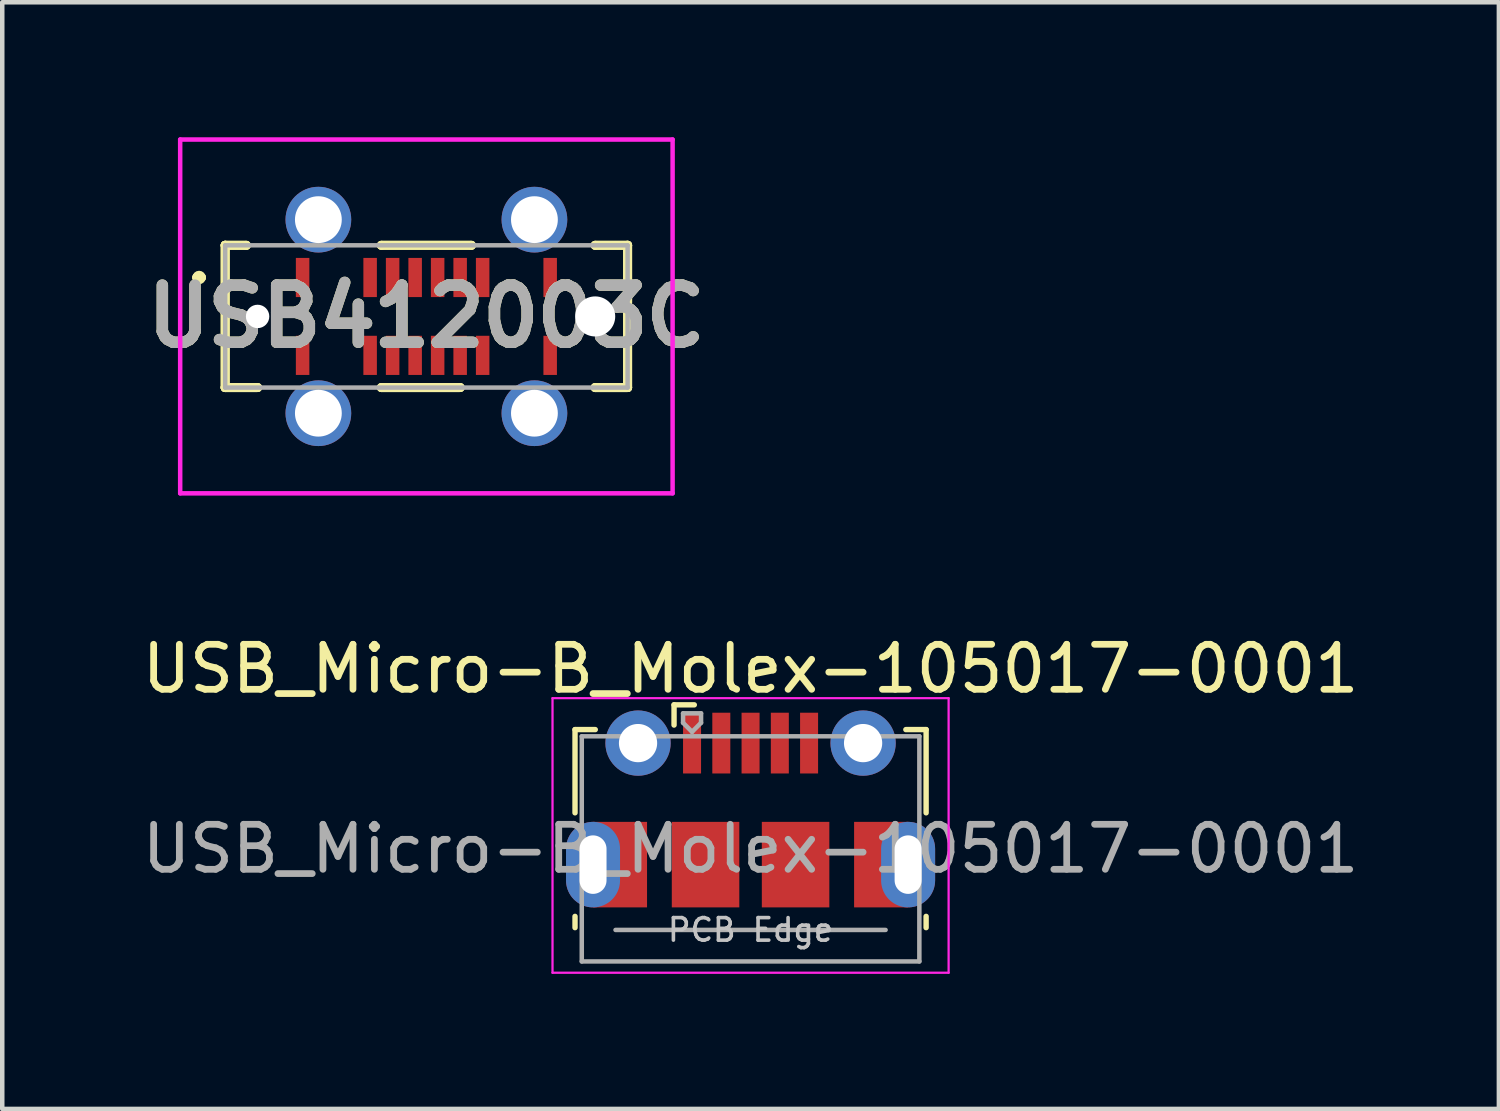
<source format=kicad_pcb>
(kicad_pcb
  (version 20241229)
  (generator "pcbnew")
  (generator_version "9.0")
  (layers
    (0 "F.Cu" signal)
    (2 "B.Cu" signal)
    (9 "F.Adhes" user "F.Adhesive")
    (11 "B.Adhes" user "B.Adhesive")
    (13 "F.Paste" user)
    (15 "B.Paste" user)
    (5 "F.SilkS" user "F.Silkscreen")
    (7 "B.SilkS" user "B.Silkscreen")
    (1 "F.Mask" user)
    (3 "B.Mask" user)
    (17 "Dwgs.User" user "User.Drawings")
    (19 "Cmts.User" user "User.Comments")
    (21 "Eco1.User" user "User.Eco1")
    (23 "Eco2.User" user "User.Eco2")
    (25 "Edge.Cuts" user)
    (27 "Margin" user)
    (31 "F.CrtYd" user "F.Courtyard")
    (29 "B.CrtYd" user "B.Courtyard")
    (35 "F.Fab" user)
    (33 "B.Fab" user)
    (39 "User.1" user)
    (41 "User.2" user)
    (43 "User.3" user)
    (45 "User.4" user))
  (footprint "USB412003C"
    (layer "F.Cu")
    (at 6.423 3.98)
    (property "Reference" "USB412003C" (at 0 0 0) (layer "F.SilkS") (effects (font (size 1.27 1.27) (thickness 0.254))))
    (attr through_hole)
    (fp_line (start -5.1 -0.865) (end -5.1 -0.865) (stroke (width 0.2) (type solid)) (layer "F.SilkS"))
    (fp_line (start -5.1 -0.865) (end -5 -0.865) (stroke (width 0.2) (type solid)) (layer "F.SilkS"))
    (fp_line (start -5 -0.865) (end -5 -0.865) (stroke (width 0.2) (type solid)) (layer "F.SilkS"))
    (fp_line (start -4.47 -1.58) (end -4.47 -1.58) (stroke (width 0.2) (type solid)) (layer "F.SilkS"))
    (fp_line (start -4.47 -1.58) (end -4.47 -1.58) (stroke (width 0.2) (type solid)) (layer "F.SilkS"))
    (fp_line (start -4.47 -1.58) (end -4.47 1.58) (stroke (width 0.2) (type solid)) (layer "F.SilkS"))
    (fp_line (start -4.47 -1.58) (end -4 -1.58) (stroke (width 0.2) (type solid)) (layer "F.SilkS"))
    (fp_line (start -4.47 1.58) (end -4.47 -1.58) (stroke (width 0.2) (type solid)) (layer "F.SilkS"))
    (fp_line (start -4.47 1.58) (end -4.47 1.58) (stroke (width 0.2) (type solid)) (layer "F.SilkS"))
    (fp_line (start -4.47 1.58) (end -4.47 1.58) (stroke (width 0.2) (type solid)) (layer "F.SilkS"))
    (fp_line (start -4.47 1.58) (end -3.75 1.58) (stroke (width 0.2) (type solid)) (layer "F.SilkS"))
    (fp_line (start -4 -1.58) (end -4.47 -1.58) (stroke (width 0.2) (type solid)) (layer "F.SilkS"))
    (fp_line (start -4 -1.58) (end -4 -1.58) (stroke (width 0.2) (type solid)) (layer "F.SilkS"))
    (fp_line (start -3.75 1.58) (end -4.47 1.58) (stroke (width 0.2) (type solid)) (layer "F.SilkS"))
    (fp_line (start -3.75 1.58) (end -3.75 1.58) (stroke (width 0.2) (type solid)) (layer "F.SilkS"))
    (fp_line (start -1 -1.58) (end -1 -1.58) (stroke (width 0.2) (type solid)) (layer "F.SilkS"))
    (fp_line (start -1 -1.58) (end 1 -1.58) (stroke (width 0.2) (type solid)) (layer "F.SilkS"))
    (fp_line (start -1 1.58) (end -1 1.58) (stroke (width 0.2) (type solid)) (layer "F.SilkS"))
    (fp_line (start -1 1.58) (end 0.75 1.58) (stroke (width 0.2) (type solid)) (layer "F.SilkS"))
    (fp_line (start 0.75 1.58) (end -1 1.58) (stroke (width 0.2) (type solid)) (layer "F.SilkS"))
    (fp_line (start 0.75 1.58) (end 0.75 1.58) (stroke (width 0.2) (type solid)) (layer "F.SilkS"))
    (fp_line (start 1 -1.58) (end -1 -1.58) (stroke (width 0.2) (type solid)) (layer "F.SilkS"))
    (fp_line (start 1 -1.58) (end 1 -1.58) (stroke (width 0.2) (type solid)) (layer "F.SilkS"))
    (fp_line (start 3.75 -1.58) (end 3.75 -1.58) (stroke (width 0.2) (type solid)) (layer "F.SilkS"))
    (fp_line (start 3.75 -1.58) (end 4.47 -1.58) (stroke (width 0.2) (type solid)) (layer "F.SilkS"))
    (fp_line (start 3.75 1.58) (end 3.75 1.58) (stroke (width 0.2) (type solid)) (layer "F.SilkS"))
    (fp_line (start 3.75 1.58) (end 4.47 1.58) (stroke (width 0.2) (type solid)) (layer "F.SilkS"))
    (fp_line (start 4.47 -1.58) (end 3.75 -1.58) (stroke (width 0.2) (type solid)) (layer "F.SilkS"))
    (fp_line (start 4.47 -1.58) (end 4.47 -1.58) (stroke (width 0.2) (type solid)) (layer "F.SilkS"))
    (fp_line (start 4.47 -1.58) (end 4.47 -1.58) (stroke (width 0.2) (type solid)) (layer "F.SilkS"))
    (fp_line (start 4.47 -1.58) (end 4.47 1.58) (stroke (width 0.2) (type solid)) (layer "F.SilkS"))
    (fp_line (start 4.47 1.58) (end 3.75 1.58) (stroke (width 0.2) (type solid)) (layer "F.SilkS"))
    (fp_line (start 4.47 1.58) (end 4.47 -1.58) (stroke (width 0.2) (type solid)) (layer "F.SilkS"))
    (fp_line (start 4.47 1.58) (end 4.47 1.58) (stroke (width 0.2) (type solid)) (layer "F.SilkS"))
    (fp_line (start 4.47 1.58) (end 4.47 1.58) (stroke (width 0.2) (type solid)) (layer "F.SilkS"))
    (fp_arc (start -5.1 -0.865) (mid -5.05 -0.915) (end -5 -0.865) (stroke (width 0.2) (type solid)) (layer "F.SilkS"))
    (fp_arc (start -5 -0.865) (mid -5.05 -0.815) (end -5.1 -0.865) (stroke (width 0.2) (type solid)) (layer "F.SilkS"))
    (fp_line (start -5.47 -3.93) (end 5.47 -3.93) (stroke (width 0.1) (type solid)) (layer "F.CrtYd"))
    (fp_line (start -5.47 3.93) (end -5.47 -3.93) (stroke (width 0.1) (type solid)) (layer "F.CrtYd"))
    (fp_line (start 5.47 -3.93) (end 5.47 3.93) (stroke (width 0.1) (type solid)) (layer "F.CrtYd"))
    (fp_line (start 5.47 3.93) (end -5.47 3.93) (stroke (width 0.1) (type solid)) (layer "F.CrtYd"))
    (fp_line (start -4.47 -1.58) (end -4.47 1.58) (stroke (width 0.1) (type solid)) (layer "F.Fab"))
    (fp_line (start -4.47 1.58) (end 4.47 1.58) (stroke (width 0.1) (type solid)) (layer "F.Fab"))
    (fp_line (start 4.47 -1.58) (end -4.47 -1.58) (stroke (width 0.1) (type solid)) (layer "F.Fab"))
    (fp_line (start 4.47 1.58) (end 4.47 -1.58) (stroke (width 0.1) (type solid)) (layer "F.Fab"))
    (fp_text user "${REFERENCE}" (at 0 0 0) (layer "F.Fab") (effects (font (size 1.27 1.27) (thickness 0.254))))
    (pad "" np_thru_hole circle (at -3.75 0) (size 0.52 0.52) (drill 0.52) (layers "*.Cu" "*.Mask"))
    (pad "" np_thru_hole circle (at 3.75 0) (size 0.89 0.89) (drill 0.89) (layers "*.Cu" "*.Mask"))
    (pad "A1" smd rect (at -2.75 -0.865) (size 0.3 0.87) (layers "F.Cu" "F.Mask" "F.Paste"))
    (pad "A4" smd rect (at -1.25 -0.865) (size 0.3 0.87) (layers "F.Cu" "F.Mask" "F.Paste"))
    (pad "A5" smd rect (at -0.75 -0.865) (size 0.3 0.87) (layers "F.Cu" "F.Mask" "F.Paste"))
    (pad "A6" smd rect (at -0.25 -0.865) (size 0.3 0.87) (layers "F.Cu" "F.Mask" "F.Paste"))
    (pad "A7" smd rect (at 0.25 -0.865) (size 0.3 0.87) (layers "F.Cu" "F.Mask" "F.Paste"))
    (pad "A8" smd rect (at 0.75 -0.865) (size 0.3 0.87) (layers "F.Cu" "F.Mask" "F.Paste"))
    (pad "A9" smd rect (at 1.25 -0.865) (size 0.3 0.87) (layers "F.Cu" "F.Mask" "F.Paste"))
    (pad "A12" smd rect (at 2.75 -0.865) (size 0.3 0.87) (layers "F.Cu" "F.Mask" "F.Paste"))
    (pad "B1" smd rect (at 2.75 0.865) (size 0.3 0.87) (layers "F.Cu" "F.Mask" "F.Paste"))
    (pad "B4" smd rect (at 1.25 0.865) (size 0.3 0.87) (layers "F.Cu" "F.Mask" "F.Paste"))
    (pad "B5" smd rect (at 0.75 0.865) (size 0.3 0.87) (layers "F.Cu" "F.Mask" "F.Paste"))
    (pad "B6" smd rect (at 0.25 0.865) (size 0.3 0.87) (layers "F.Cu" "F.Mask" "F.Paste"))
    (pad "B7" smd rect (at -0.25 0.865) (size 0.3 0.87) (layers "F.Cu" "F.Mask" "F.Paste"))
    (pad "B8" smd rect (at -0.75 0.865) (size 0.3 0.87) (layers "F.Cu" "F.Mask" "F.Paste"))
    (pad "B9" smd rect (at -1.25 0.865) (size 0.3 0.87) (layers "F.Cu" "F.Mask" "F.Paste"))
    (pad "B12" smd rect (at -2.75 0.865) (size 0.3 0.87) (layers "F.Cu" "F.Mask" "F.Paste"))
    (pad "MH1" thru_hole circle (at -2.4 -2.15) (size 1.46 1.46) (drill 1.04) (layers "*.Cu" "*.Mask"))
    (pad "MH2" thru_hole circle (at 2.4 -2.15) (size 1.46 1.46) (drill 1.04) (layers "*.Cu" "*.Mask"))
    (pad "MH3" thru_hole circle (at 2.4 2.15) (size 1.46 1.46) (drill 1.04) (layers "*.Cu" "*.Mask"))
    (pad "MH4" thru_hole circle (at -2.4 2.15) (size 1.46 1.46) (drill 1.04) (layers "*.Cu" "*.Mask")))
  (footprint "USB_Micro-B_Molex-105017-0001"
    (layer "F.Cu")
    (at 13.625 14.921)
    (property "Reference" "USB_Micro-B_Molex-105017-0001" (at 0 -3.112 0) (layer "F.SilkS") (effects (font (size 1 1) (thickness 0.15))))
    (attr smd)
    (fp_line (start -3.9 -1.762) (end -3.45 -1.762) (stroke (width 0.12) (type solid)) (layer "F.SilkS"))
    (fp_line (start -3.9 0.087) (end -3.9 -1.762) (stroke (width 0.12) (type solid)) (layer "F.SilkS"))
    (fp_line (start -3.9 2.638) (end -3.9 2.388) (stroke (width 0.12) (type solid)) (layer "F.SilkS"))
    (fp_line (start -1.7 -2.312) (end -1.7 -1.863) (stroke (width 0.12) (type solid)) (layer "F.SilkS"))
    (fp_line (start -1.7 -2.312) (end -1.25 -2.312) (stroke (width 0.12) (type solid)) (layer "F.SilkS"))
    (fp_line (start 3.9 -1.762) (end 3.45 -1.762) (stroke (width 0.12) (type solid)) (layer "F.SilkS"))
    (fp_line (start 3.9 0.087) (end 3.9 -1.762) (stroke (width 0.12) (type solid)) (layer "F.SilkS"))
    (fp_line (start 3.9 2.638) (end 3.9 2.388) (stroke (width 0.12) (type solid)) (layer "F.SilkS"))
    (fp_line (start -4.4 -2.46) (end 4.4 -2.46) (stroke (width 0.05) (type solid)) (layer "F.CrtYd"))
    (fp_line (start -4.4 3.64) (end -4.4 -2.46) (stroke (width 0.05) (type solid)) (layer "F.CrtYd"))
    (fp_line (start -4.4 3.64) (end 4.4 3.64) (stroke (width 0.05) (type solid)) (layer "F.CrtYd"))
    (fp_line (start 4.4 -2.46) (end 4.4 3.64) (stroke (width 0.05) (type solid)) (layer "F.CrtYd"))
    (fp_line (start -3.75 -1.613) (end 3.75 -1.613) (stroke (width 0.1) (type solid)) (layer "F.Fab"))
    (fp_line (start -3.75 3.388) (end -3.75 -1.613) (stroke (width 0.1) (type solid)) (layer "F.Fab"))
    (fp_line (start -3.75 3.389) (end 3.75 3.389) (stroke (width 0.1) (type solid)) (layer "F.Fab"))
    (fp_line (start -3 2.689) (end 3 2.689) (stroke (width 0.1) (type solid)) (layer "F.Fab"))
    (fp_line (start -1.5 -2.123) (end -1.5 -1.913) (stroke (width 0.1) (type solid)) (layer "F.Fab"))
    (fp_line (start -1.5 -2.123) (end -1.1 -2.123) (stroke (width 0.1) (type solid)) (layer "F.Fab"))
    (fp_line (start -1.3 -1.712) (end -1.5 -1.913) (stroke (width 0.1) (type solid)) (layer "F.Fab"))
    (fp_line (start -1.1 -2.123) (end -1.1 -1.913) (stroke (width 0.1) (type solid)) (layer "F.Fab"))
    (fp_line (start -1.1 -1.913) (end -1.3 -1.712) (stroke (width 0.1) (type solid)) (layer "F.Fab"))
    (fp_line (start 3.75 3.388) (end 3.75 -1.613) (stroke (width 0.1) (type solid)) (layer "F.Fab"))
    (fp_text user "PCB Edge" (at 0 2.688 0) (layer "Dwgs.User") (effects (font (size 0.5 0.5) (thickness 0.08))))
    (fp_text user "${REFERENCE}" (at 0 0.887 0) (layer "F.Fab") (effects (font (size 1 1) (thickness 0.15))))
    (pad "1" smd rect (at -1.3 -1.462) (size 0.4 1.35) (layers "F.Cu" "F.Mask" "F.Paste"))
    (pad "2" smd rect (at -0.65 -1.462) (size 0.4 1.35) (layers "F.Cu" "F.Mask" "F.Paste"))
    (pad "3" smd rect (at 0 -1.462) (size 0.4 1.35) (layers "F.Cu" "F.Mask" "F.Paste"))
    (pad "4" smd rect (at 0.65 -1.462) (size 0.4 1.35) (layers "F.Cu" "F.Mask" "F.Paste"))
    (pad "5" smd rect (at 1.3 -1.462) (size 0.4 1.35) (layers "F.Cu" "F.Mask" "F.Paste"))
    (pad "6" thru_hole oval (at -3.5 1.238 180) (size 1.2 1.9) (drill oval 0.6 1.3) (layers "*.Cu" "*.Mask"))
    (pad "6" smd rect (at -2.9 1.238) (size 1.2 1.9) (layers "F.Cu" "F.Mask"))
    (pad "6" thru_hole circle (at -2.5 -1.462) (size 1.45 1.45) (drill 0.85) (layers "*.Cu" "*.Mask"))
    (pad "6" smd rect (at -1 1.238) (size 1.5 1.9) (layers "F.Cu" "F.Mask" "F.Paste"))
    (pad "6" smd rect (at 1 1.238) (size 1.5 1.9) (layers "F.Cu" "F.Mask" "F.Paste"))
    (pad "6" thru_hole circle (at 2.5 -1.462) (size 1.45 1.45) (drill 0.85) (layers "*.Cu" "*.Mask"))
    (pad "6" smd rect (at 2.9 1.238) (size 1.2 1.9) (layers "F.Cu" "F.Mask"))
    (pad "6" thru_hole oval (at 3.5 1.238) (size 1.2 1.9) (drill oval 0.6 1.3) (layers "*.Cu" "*.Mask")))
  (gr_rect
    (start -3 -3)
    (end 30.25 21.586)
    (stroke (width 0.1) (type default))
    (fill no)
    (layer "Edge.Cuts")))
</source>
